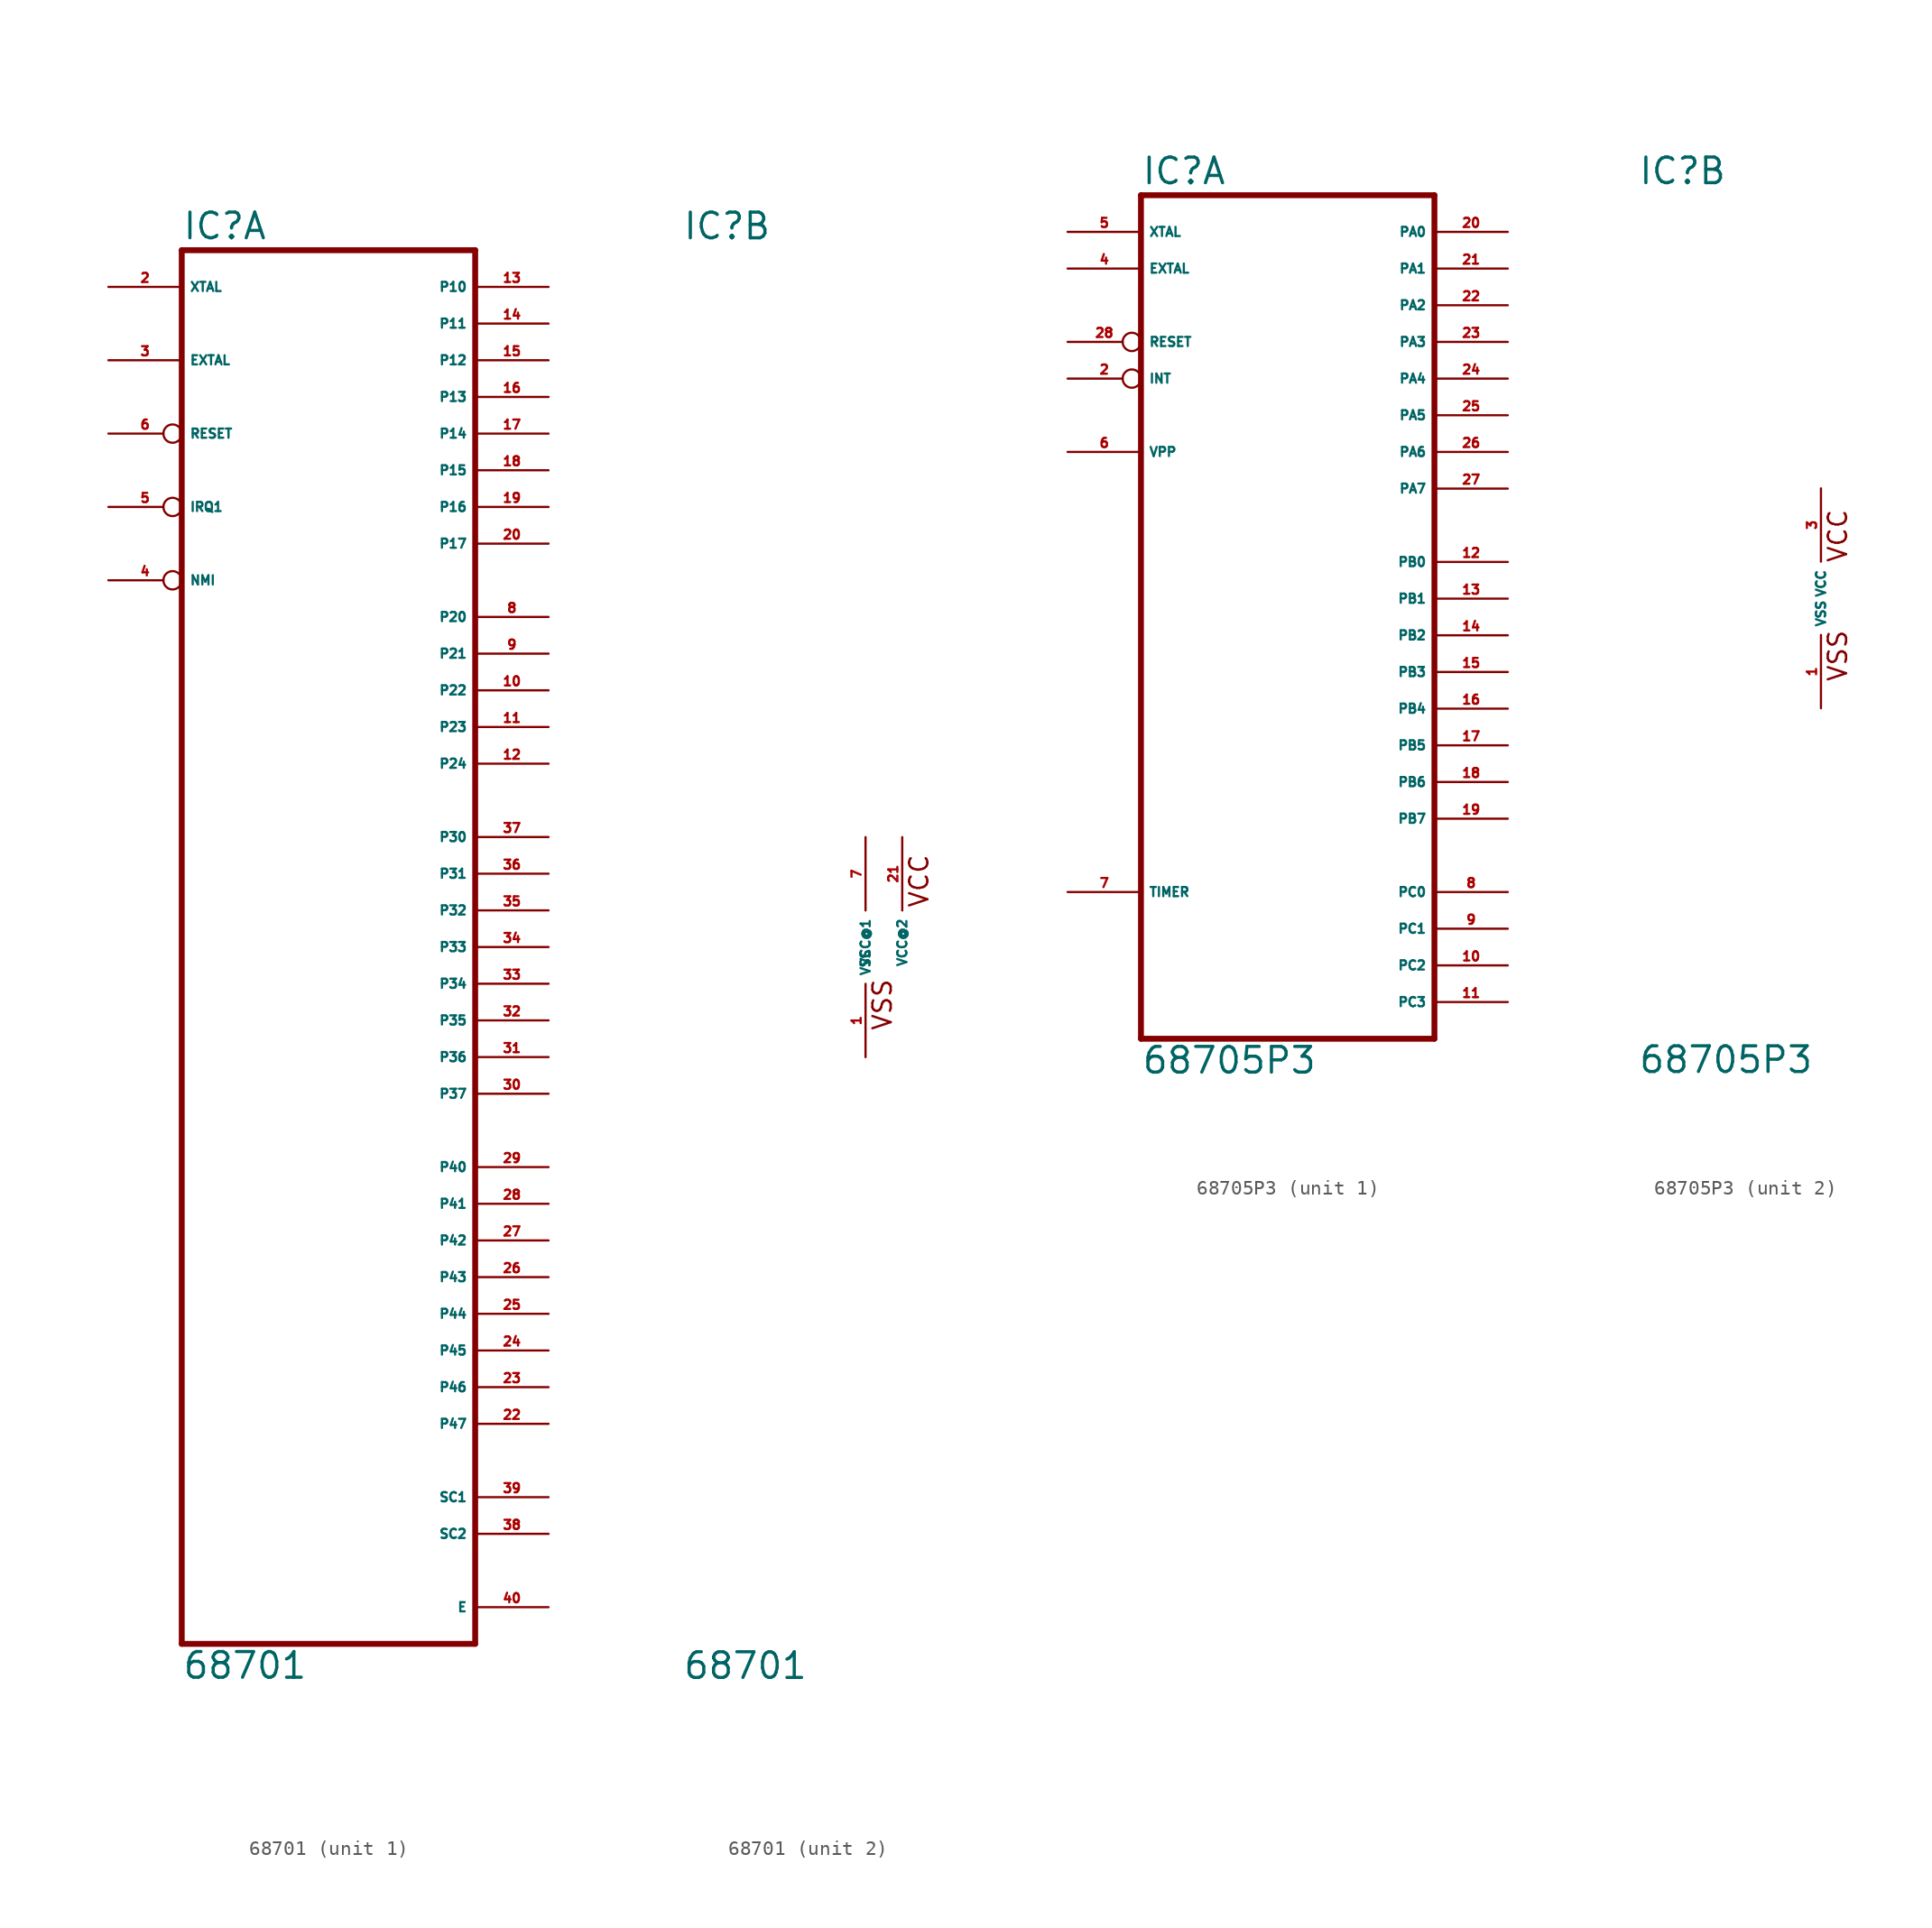
<source format=kicad_sym>
(kicad_symbol_lib
  (version 20220914)
  (generator Eagle2Kicad)
  (symbol "68701"
    (property "Reference" "IC"
      (at -12.7 48.895 0)
      (effects (font (size 1.778 1.778) (thickness 0.22)) (justify left bottom)))
    (property "Value" "68701"
      (at -12.7 -50.8 0)
      (effects (font (size 1.778 1.778) (thickness 0.22)) (justify left bottom)))
    (symbol "68701_1_0"
      (polyline (pts (xy -12.7 -48.26) (xy 7.62 -48.26)) (stroke (width 0.406) (type default)) (fill (type none)))
      (polyline (pts (xy 7.62 -48.26) (xy 7.62 48.26)) (stroke (width 0.406) (type default)) (fill (type none)))
      (polyline (pts (xy 7.62 48.26) (xy -12.7 48.26)) (stroke (width 0.406) (type default)) (fill (type none)))
      (polyline (pts (xy -12.7 48.26) (xy -12.7 -48.26)) (stroke (width 0.406) (type default)) (fill (type none)))
      (pin input line (at -17.78 45.72 0) (length 5.08) (name "XTAL" (effects (font (size 0.635 0.635) (thickness 0.08)) (justify left bottom))) (number "2" (effects (font (size 0.635 0.635) (thickness 0.08)) (justify left bottom))))
      (pin input line (at -17.78 40.64 0) (length 5.08) (name "EXTAL" (effects (font (size 0.635 0.635) (thickness 0.08)) (justify left bottom))) (number "3" (effects (font (size 0.635 0.635) (thickness 0.08)) (justify left bottom))))
      (pin input inverted (at -17.78 25.4 0) (length 5.08) (name "NMI" (effects (font (size 0.635 0.635) (thickness 0.08)) (justify left bottom))) (number "4" (effects (font (size 0.635 0.635) (thickness 0.08)) (justify left bottom))))
      (pin input inverted (at -17.78 30.48 0) (length 5.08) (name "IRQ1" (effects (font (size 0.635 0.635) (thickness 0.08)) (justify left bottom))) (number "5" (effects (font (size 0.635 0.635) (thickness 0.08)) (justify left bottom))))
      (pin input inverted (at -17.78 35.56 0) (length 5.08) (name "RESET" (effects (font (size 0.635 0.635) (thickness 0.08)) (justify left bottom))) (number "6" (effects (font (size 0.635 0.635) (thickness 0.08)) (justify left bottom))))
      (pin bidirectional line (at 12.7 22.86 180) (length 5.08) (name "P20" (effects (font (size 0.635 0.635) (thickness 0.08)) (justify left bottom))) (number "8" (effects (font (size 0.635 0.635) (thickness 0.08)) (justify left bottom))))
      (pin bidirectional line (at 12.7 20.32 180) (length 5.08) (name "P21" (effects (font (size 0.635 0.635) (thickness 0.08)) (justify left bottom))) (number "9" (effects (font (size 0.635 0.635) (thickness 0.08)) (justify left bottom))))
      (pin bidirectional line (at 12.7 17.78 180) (length 5.08) (name "P22" (effects (font (size 0.635 0.635) (thickness 0.08)) (justify left bottom))) (number "10" (effects (font (size 0.635 0.635) (thickness 0.08)) (justify left bottom))))
      (pin bidirectional line (at 12.7 15.24 180) (length 5.08) (name "P23" (effects (font (size 0.635 0.635) (thickness 0.08)) (justify left bottom))) (number "11" (effects (font (size 0.635 0.635) (thickness 0.08)) (justify left bottom))))
      (pin bidirectional line (at 12.7 12.7 180) (length 5.08) (name "P24" (effects (font (size 0.635 0.635) (thickness 0.08)) (justify left bottom))) (number "12" (effects (font (size 0.635 0.635) (thickness 0.08)) (justify left bottom))))
      (pin bidirectional line (at 12.7 45.72 180) (length 5.08) (name "P10" (effects (font (size 0.635 0.635) (thickness 0.08)) (justify left bottom))) (number "13" (effects (font (size 0.635 0.635) (thickness 0.08)) (justify left bottom))))
      (pin bidirectional line (at 12.7 43.18 180) (length 5.08) (name "P11" (effects (font (size 0.635 0.635) (thickness 0.08)) (justify left bottom))) (number "14" (effects (font (size 0.635 0.635) (thickness 0.08)) (justify left bottom))))
      (pin bidirectional line (at 12.7 40.64 180) (length 5.08) (name "P12" (effects (font (size 0.635 0.635) (thickness 0.08)) (justify left bottom))) (number "15" (effects (font (size 0.635 0.635) (thickness 0.08)) (justify left bottom))))
      (pin bidirectional line (at 12.7 38.1 180) (length 5.08) (name "P13" (effects (font (size 0.635 0.635) (thickness 0.08)) (justify left bottom))) (number "16" (effects (font (size 0.635 0.635) (thickness 0.08)) (justify left bottom))))
      (pin bidirectional line (at 12.7 35.56 180) (length 5.08) (name "P14" (effects (font (size 0.635 0.635) (thickness 0.08)) (justify left bottom))) (number "17" (effects (font (size 0.635 0.635) (thickness 0.08)) (justify left bottom))))
      (pin bidirectional line (at 12.7 33.02 180) (length 5.08) (name "P15" (effects (font (size 0.635 0.635) (thickness 0.08)) (justify left bottom))) (number "18" (effects (font (size 0.635 0.635) (thickness 0.08)) (justify left bottom))))
      (pin bidirectional line (at 12.7 30.48 180) (length 5.08) (name "P16" (effects (font (size 0.635 0.635) (thickness 0.08)) (justify left bottom))) (number "19" (effects (font (size 0.635 0.635) (thickness 0.08)) (justify left bottom))))
      (pin bidirectional line (at 12.7 27.94 180) (length 5.08) (name "P17" (effects (font (size 0.635 0.635) (thickness 0.08)) (justify left bottom))) (number "20" (effects (font (size 0.635 0.635) (thickness 0.08)) (justify left bottom))))
      (pin bidirectional line (at 12.7 -33.02 180) (length 5.08) (name "P47" (effects (font (size 0.635 0.635) (thickness 0.08)) (justify left bottom))) (number "22" (effects (font (size 0.635 0.635) (thickness 0.08)) (justify left bottom))))
      (pin bidirectional line (at 12.7 -30.48 180) (length 5.08) (name "P46" (effects (font (size 0.635 0.635) (thickness 0.08)) (justify left bottom))) (number "23" (effects (font (size 0.635 0.635) (thickness 0.08)) (justify left bottom))))
      (pin bidirectional line (at 12.7 -27.94 180) (length 5.08) (name "P45" (effects (font (size 0.635 0.635) (thickness 0.08)) (justify left bottom))) (number "24" (effects (font (size 0.635 0.635) (thickness 0.08)) (justify left bottom))))
      (pin bidirectional line (at 12.7 -25.4 180) (length 5.08) (name "P44" (effects (font (size 0.635 0.635) (thickness 0.08)) (justify left bottom))) (number "25" (effects (font (size 0.635 0.635) (thickness 0.08)) (justify left bottom))))
      (pin bidirectional line (at 12.7 -22.86 180) (length 5.08) (name "P43" (effects (font (size 0.635 0.635) (thickness 0.08)) (justify left bottom))) (number "26" (effects (font (size 0.635 0.635) (thickness 0.08)) (justify left bottom))))
      (pin bidirectional line (at 12.7 -20.32 180) (length 5.08) (name "P42" (effects (font (size 0.635 0.635) (thickness 0.08)) (justify left bottom))) (number "27" (effects (font (size 0.635 0.635) (thickness 0.08)) (justify left bottom))))
      (pin bidirectional line (at 12.7 -17.78 180) (length 5.08) (name "P41" (effects (font (size 0.635 0.635) (thickness 0.08)) (justify left bottom))) (number "28" (effects (font (size 0.635 0.635) (thickness 0.08)) (justify left bottom))))
      (pin bidirectional line (at 12.7 -15.24 180) (length 5.08) (name "P40" (effects (font (size 0.635 0.635) (thickness 0.08)) (justify left bottom))) (number "29" (effects (font (size 0.635 0.635) (thickness 0.08)) (justify left bottom))))
      (pin bidirectional line (at 12.7 -10.16 180) (length 5.08) (name "P37" (effects (font (size 0.635 0.635) (thickness 0.08)) (justify left bottom))) (number "30" (effects (font (size 0.635 0.635) (thickness 0.08)) (justify left bottom))))
      (pin bidirectional line (at 12.7 -7.62 180) (length 5.08) (name "P36" (effects (font (size 0.635 0.635) (thickness 0.08)) (justify left bottom))) (number "31" (effects (font (size 0.635 0.635) (thickness 0.08)) (justify left bottom))))
      (pin bidirectional line (at 12.7 -5.08 180) (length 5.08) (name "P35" (effects (font (size 0.635 0.635) (thickness 0.08)) (justify left bottom))) (number "32" (effects (font (size 0.635 0.635) (thickness 0.08)) (justify left bottom))))
      (pin bidirectional line (at 12.7 -2.54 180) (length 5.08) (name "P34" (effects (font (size 0.635 0.635) (thickness 0.08)) (justify left bottom))) (number "33" (effects (font (size 0.635 0.635) (thickness 0.08)) (justify left bottom))))
      (pin bidirectional line (at 12.7 0 180) (length 5.08) (name "P33" (effects (font (size 0.635 0.635) (thickness 0.08)) (justify left bottom))) (number "34" (effects (font (size 0.635 0.635) (thickness 0.08)) (justify left bottom))))
      (pin bidirectional line (at 12.7 2.54 180) (length 5.08) (name "P32" (effects (font (size 0.635 0.635) (thickness 0.08)) (justify left bottom))) (number "35" (effects (font (size 0.635 0.635) (thickness 0.08)) (justify left bottom))))
      (pin bidirectional line (at 12.7 5.08 180) (length 5.08) (name "P31" (effects (font (size 0.635 0.635) (thickness 0.08)) (justify left bottom))) (number "36" (effects (font (size 0.635 0.635) (thickness 0.08)) (justify left bottom))))
      (pin bidirectional line (at 12.7 7.62 180) (length 5.08) (name "P30" (effects (font (size 0.635 0.635) (thickness 0.08)) (justify left bottom))) (number "37" (effects (font (size 0.635 0.635) (thickness 0.08)) (justify left bottom))))
      (pin output line (at 12.7 -40.64 180) (length 5.08) (name "SC2" (effects (font (size 0.635 0.635) (thickness 0.08)) (justify left bottom))) (number "38" (effects (font (size 0.635 0.635) (thickness 0.08)) (justify left bottom))))
      (pin bidirectional line (at 12.7 -38.1 180) (length 5.08) (name "SC1" (effects (font (size 0.635 0.635) (thickness 0.08)) (justify left bottom))) (number "39" (effects (font (size 0.635 0.635) (thickness 0.08)) (justify left bottom))))
      (pin output line (at 12.7 -45.72 180) (length 5.08) (name "E" (effects (font (size 0.635 0.635) (thickness 0.08)) (justify left bottom))) (number "40" (effects (font (size 0.635 0.635) (thickness 0.08)) (justify left bottom)))))
    (symbol "68701_2_0"
      (text "VSS" (at 1.905 -5.842 900) (effects (font (size 1.27 1.27) (thickness 0.16)) (justify left bottom)))
      (text "VCC" (at 4.445 2.667 900) (effects (font (size 1.27 1.27) (thickness 0.16)) (justify left bottom)))
      (pin unspecified line (at 0 -7.62 90) (length 5.08) (name "VSS" (effects (font (size 0.635 0.635) (thickness 0.08)) (justify left bottom))) (number "1" (effects (font (size 0.635 0.635) (thickness 0.08)) (justify left bottom))))
      (pin unspecified line (at 0 7.62 270) (length 5.08) (name "VCC@1" (effects (font (size 0.635 0.635) (thickness 0.08)) (justify left bottom))) (number "7" (effects (font (size 0.635 0.635) (thickness 0.08)) (justify left bottom))))
      (pin unspecified line (at 2.54 7.62 270) (length 5.08) (name "VCC@2" (effects (font (size 0.635 0.635) (thickness 0.08)) (justify left bottom))) (number "21" (effects (font (size 0.635 0.635) (thickness 0.08)) (justify left bottom))))))
  (symbol "68705P3"
    (property "Reference" "IC"
      (at -12.7 28.575 0)
      (effects (font (size 1.778 1.778) (thickness 0.22)) (justify left bottom)))
    (property "Value" "68705P3"
      (at -12.7 -33.02 0)
      (effects (font (size 1.778 1.778) (thickness 0.22)) (justify left bottom)))
    (symbol "68705P3_1_0"
      (polyline (pts (xy -12.7 -30.48) (xy 7.62 -30.48)) (stroke (width 0.406) (type default)) (fill (type none)))
      (polyline (pts (xy 7.62 -30.48) (xy 7.62 27.94)) (stroke (width 0.406) (type default)) (fill (type none)))
      (polyline (pts (xy 7.62 27.94) (xy -12.7 27.94)) (stroke (width 0.406) (type default)) (fill (type none)))
      (polyline (pts (xy -12.7 27.94) (xy -12.7 -30.48)) (stroke (width 0.406) (type default)) (fill (type none)))
      (pin input inverted (at -17.78 15.24 0) (length 5.08) (name "INT" (effects (font (size 0.635 0.635) (thickness 0.08)) (justify left bottom))) (number "2" (effects (font (size 0.635 0.635) (thickness 0.08)) (justify left bottom))))
      (pin input line (at -17.78 22.86 0) (length 5.08) (name "EXTAL" (effects (font (size 0.635 0.635) (thickness 0.08)) (justify left bottom))) (number "4" (effects (font (size 0.635 0.635) (thickness 0.08)) (justify left bottom))))
      (pin input line (at -17.78 25.4 0) (length 5.08) (name "XTAL" (effects (font (size 0.635 0.635) (thickness 0.08)) (justify left bottom))) (number "5" (effects (font (size 0.635 0.635) (thickness 0.08)) (justify left bottom))))
      (pin input line (at -17.78 10.16 0) (length 5.08) (name "VPP" (effects (font (size 0.635 0.635) (thickness 0.08)) (justify left bottom))) (number "6" (effects (font (size 0.635 0.635) (thickness 0.08)) (justify left bottom))))
      (pin bidirectional line (at -17.78 -20.32 0) (length 5.08) (name "TIMER" (effects (font (size 0.635 0.635) (thickness 0.08)) (justify left bottom))) (number "7" (effects (font (size 0.635 0.635) (thickness 0.08)) (justify left bottom))))
      (pin bidirectional line (at 12.7 -20.32 180) (length 5.08) (name "PC0" (effects (font (size 0.635 0.635) (thickness 0.08)) (justify left bottom))) (number "8" (effects (font (size 0.635 0.635) (thickness 0.08)) (justify left bottom))))
      (pin bidirectional line (at 12.7 -22.86 180) (length 5.08) (name "PC1" (effects (font (size 0.635 0.635) (thickness 0.08)) (justify left bottom))) (number "9" (effects (font (size 0.635 0.635) (thickness 0.08)) (justify left bottom))))
      (pin bidirectional line (at 12.7 -25.4 180) (length 5.08) (name "PC2" (effects (font (size 0.635 0.635) (thickness 0.08)) (justify left bottom))) (number "10" (effects (font (size 0.635 0.635) (thickness 0.08)) (justify left bottom))))
      (pin bidirectional line (at 12.7 -27.94 180) (length 5.08) (name "PC3" (effects (font (size 0.635 0.635) (thickness 0.08)) (justify left bottom))) (number "11" (effects (font (size 0.635 0.635) (thickness 0.08)) (justify left bottom))))
      (pin bidirectional line (at 12.7 2.54 180) (length 5.08) (name "PB0" (effects (font (size 0.635 0.635) (thickness 0.08)) (justify left bottom))) (number "12" (effects (font (size 0.635 0.635) (thickness 0.08)) (justify left bottom))))
      (pin bidirectional line (at 12.7 0 180) (length 5.08) (name "PB1" (effects (font (size 0.635 0.635) (thickness 0.08)) (justify left bottom))) (number "13" (effects (font (size 0.635 0.635) (thickness 0.08)) (justify left bottom))))
      (pin bidirectional line (at 12.7 -2.54 180) (length 5.08) (name "PB2" (effects (font (size 0.635 0.635) (thickness 0.08)) (justify left bottom))) (number "14" (effects (font (size 0.635 0.635) (thickness 0.08)) (justify left bottom))))
      (pin bidirectional line (at 12.7 -5.08 180) (length 5.08) (name "PB3" (effects (font (size 0.635 0.635) (thickness 0.08)) (justify left bottom))) (number "15" (effects (font (size 0.635 0.635) (thickness 0.08)) (justify left bottom))))
      (pin bidirectional line (at 12.7 -7.62 180) (length 5.08) (name "PB4" (effects (font (size 0.635 0.635) (thickness 0.08)) (justify left bottom))) (number "16" (effects (font (size 0.635 0.635) (thickness 0.08)) (justify left bottom))))
      (pin bidirectional line (at 12.7 -10.16 180) (length 5.08) (name "PB5" (effects (font (size 0.635 0.635) (thickness 0.08)) (justify left bottom))) (number "17" (effects (font (size 0.635 0.635) (thickness 0.08)) (justify left bottom))))
      (pin bidirectional line (at 12.7 -12.7 180) (length 5.08) (name "PB6" (effects (font (size 0.635 0.635) (thickness 0.08)) (justify left bottom))) (number "18" (effects (font (size 0.635 0.635) (thickness 0.08)) (justify left bottom))))
      (pin bidirectional line (at 12.7 -15.24 180) (length 5.08) (name "PB7" (effects (font (size 0.635 0.635) (thickness 0.08)) (justify left bottom))) (number "19" (effects (font (size 0.635 0.635) (thickness 0.08)) (justify left bottom))))
      (pin bidirectional line (at 12.7 25.4 180) (length 5.08) (name "PA0" (effects (font (size 0.635 0.635) (thickness 0.08)) (justify left bottom))) (number "20" (effects (font (size 0.635 0.635) (thickness 0.08)) (justify left bottom))))
      (pin bidirectional line (at 12.7 22.86 180) (length 5.08) (name "PA1" (effects (font (size 0.635 0.635) (thickness 0.08)) (justify left bottom))) (number "21" (effects (font (size 0.635 0.635) (thickness 0.08)) (justify left bottom))))
      (pin bidirectional line (at 12.7 20.32 180) (length 5.08) (name "PA2" (effects (font (size 0.635 0.635) (thickness 0.08)) (justify left bottom))) (number "22" (effects (font (size 0.635 0.635) (thickness 0.08)) (justify left bottom))))
      (pin bidirectional line (at 12.7 17.78 180) (length 5.08) (name "PA3" (effects (font (size 0.635 0.635) (thickness 0.08)) (justify left bottom))) (number "23" (effects (font (size 0.635 0.635) (thickness 0.08)) (justify left bottom))))
      (pin bidirectional line (at 12.7 15.24 180) (length 5.08) (name "PA4" (effects (font (size 0.635 0.635) (thickness 0.08)) (justify left bottom))) (number "24" (effects (font (size 0.635 0.635) (thickness 0.08)) (justify left bottom))))
      (pin bidirectional line (at 12.7 12.7 180) (length 5.08) (name "PA5" (effects (font (size 0.635 0.635) (thickness 0.08)) (justify left bottom))) (number "25" (effects (font (size 0.635 0.635) (thickness 0.08)) (justify left bottom))))
      (pin bidirectional line (at 12.7 10.16 180) (length 5.08) (name "PA6" (effects (font (size 0.635 0.635) (thickness 0.08)) (justify left bottom))) (number "26" (effects (font (size 0.635 0.635) (thickness 0.08)) (justify left bottom))))
      (pin bidirectional line (at 12.7 7.62 180) (length 5.08) (name "PA7" (effects (font (size 0.635 0.635) (thickness 0.08)) (justify left bottom))) (number "27" (effects (font (size 0.635 0.635) (thickness 0.08)) (justify left bottom))))
      (pin input inverted (at -17.78 17.78 0) (length 5.08) (name "RESET" (effects (font (size 0.635 0.635) (thickness 0.08)) (justify left bottom))) (number "28" (effects (font (size 0.635 0.635) (thickness 0.08)) (justify left bottom)))))
    (symbol "68705P3_2_0"
      (text "VSS" (at 1.905 -5.842 900) (effects (font (size 1.27 1.27) (thickness 0.16)) (justify left bottom)))
      (text "VCC" (at 1.905 2.413 900) (effects (font (size 1.27 1.27) (thickness 0.16)) (justify left bottom)))
      (pin unspecified line (at 0 -7.62 90) (length 5.08) (name "VSS" (effects (font (size 0.635 0.635) (thickness 0.08)) (justify left bottom))) (number "1" (effects (font (size 0.635 0.635) (thickness 0.08)) (justify left bottom))))
      (pin unspecified line (at 0 7.62 270) (length 5.08) (name "VCC" (effects (font (size 0.635 0.635) (thickness 0.08)) (justify left bottom))) (number "3" (effects (font (size 0.635 0.635) (thickness 0.08)) (justify left bottom)))))))
</source>
